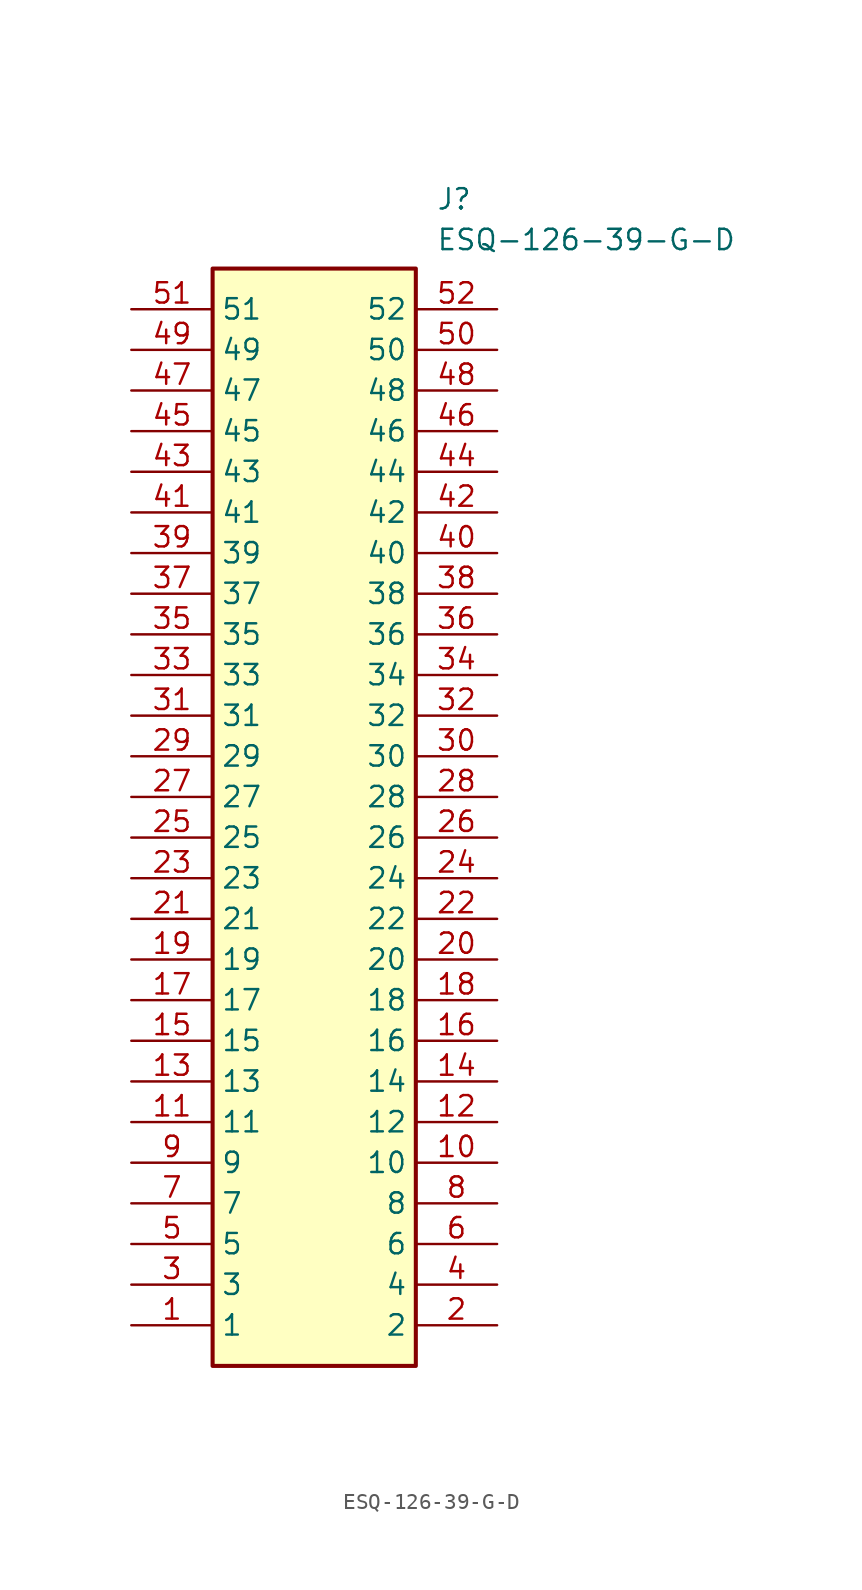
<source format=kicad_sym>
(kicad_symbol_lib
  (version 20211014)
  (generator SamacSys_ECAD_Model)
  (symbol "ESQ-126-39-G-D"
    (property "Reference" "J"
      (at 19.05 7.62 0)
      (effects (font (size 1.27 1.27)) (justify left top)))
    (property "Value" "ESQ-126-39-G-D"
      (at 19.05 5.08 0)
      (effects (font (size 1.27 1.27)) (justify left top)))
    (rectangle
      (start 5.08 2.54)
      (end 17.78 -66.04)
      (stroke (width 0.254) (type default))
      (fill (type background)))
    (pin passive line
      (at 0 -63.5 0)
      (length 5.08)
      (name "1" (effects (font (size 1.27 1.27))))
      (number "1" (effects (font (size 1.27 1.27)))))
    (pin passive line
      (at 22.86 -63.5 180)
      (length 5.08)
      (name "2" (effects (font (size 1.27 1.27))))
      (number "2" (effects (font (size 1.27 1.27)))))
    (pin passive line
      (at 0 -60.96 0)
      (length 5.08)
      (name "3" (effects (font (size 1.27 1.27))))
      (number "3" (effects (font (size 1.27 1.27)))))
    (pin passive line
      (at 22.86 -60.96 180)
      (length 5.08)
      (name "4" (effects (font (size 1.27 1.27))))
      (number "4" (effects (font (size 1.27 1.27)))))
    (pin passive line
      (at 0 -58.42 0)
      (length 5.08)
      (name "5" (effects (font (size 1.27 1.27))))
      (number "5" (effects (font (size 1.27 1.27)))))
    (pin passive line
      (at 22.86 -58.42 180)
      (length 5.08)
      (name "6" (effects (font (size 1.27 1.27))))
      (number "6" (effects (font (size 1.27 1.27)))))
    (pin passive line
      (at 0 -55.88 0)
      (length 5.08)
      (name "7" (effects (font (size 1.27 1.27))))
      (number "7" (effects (font (size 1.27 1.27)))))
    (pin passive line
      (at 22.86 -55.88 180)
      (length 5.08)
      (name "8" (effects (font (size 1.27 1.27))))
      (number "8" (effects (font (size 1.27 1.27)))))
    (pin passive line
      (at 0 -53.34 0)
      (length 5.08)
      (name "9" (effects (font (size 1.27 1.27))))
      (number "9" (effects (font (size 1.27 1.27)))))
    (pin passive line
      (at 22.86 -53.34 180)
      (length 5.08)
      (name "10" (effects (font (size 1.27 1.27))))
      (number "10" (effects (font (size 1.27 1.27)))))
    (pin passive line
      (at 0 -50.8 0)
      (length 5.08)
      (name "11" (effects (font (size 1.27 1.27))))
      (number "11" (effects (font (size 1.27 1.27)))))
    (pin passive line
      (at 22.86 -50.8 180)
      (length 5.08)
      (name "12" (effects (font (size 1.27 1.27))))
      (number "12" (effects (font (size 1.27 1.27)))))
    (pin passive line
      (at 0 -48.26 0)
      (length 5.08)
      (name "13" (effects (font (size 1.27 1.27))))
      (number "13" (effects (font (size 1.27 1.27)))))
    (pin passive line
      (at 22.86 -48.26 180)
      (length 5.08)
      (name "14" (effects (font (size 1.27 1.27))))
      (number "14" (effects (font (size 1.27 1.27)))))
    (pin passive line
      (at 0 -45.72 0)
      (length 5.08)
      (name "15" (effects (font (size 1.27 1.27))))
      (number "15" (effects (font (size 1.27 1.27)))))
    (pin passive line
      (at 22.86 -45.72 180)
      (length 5.08)
      (name "16" (effects (font (size 1.27 1.27))))
      (number "16" (effects (font (size 1.27 1.27)))))
    (pin passive line
      (at 0 -43.18 0)
      (length 5.08)
      (name "17" (effects (font (size 1.27 1.27))))
      (number "17" (effects (font (size 1.27 1.27)))))
    (pin passive line
      (at 22.86 -43.18 180)
      (length 5.08)
      (name "18" (effects (font (size 1.27 1.27))))
      (number "18" (effects (font (size 1.27 1.27)))))
    (pin passive line
      (at 0 -40.64 0)
      (length 5.08)
      (name "19" (effects (font (size 1.27 1.27))))
      (number "19" (effects (font (size 1.27 1.27)))))
    (pin passive line
      (at 22.86 -40.64 180)
      (length 5.08)
      (name "20" (effects (font (size 1.27 1.27))))
      (number "20" (effects (font (size 1.27 1.27)))))
    (pin passive line
      (at 0 -38.1 0)
      (length 5.08)
      (name "21" (effects (font (size 1.27 1.27))))
      (number "21" (effects (font (size 1.27 1.27)))))
    (pin passive line
      (at 22.86 -38.1 180)
      (length 5.08)
      (name "22" (effects (font (size 1.27 1.27))))
      (number "22" (effects (font (size 1.27 1.27)))))
    (pin passive line
      (at 0 -35.56 0)
      (length 5.08)
      (name "23" (effects (font (size 1.27 1.27))))
      (number "23" (effects (font (size 1.27 1.27)))))
    (pin passive line
      (at 22.86 -35.56 180)
      (length 5.08)
      (name "24" (effects (font (size 1.27 1.27))))
      (number "24" (effects (font (size 1.27 1.27)))))
    (pin passive line
      (at 0 -33.02 0)
      (length 5.08)
      (name "25" (effects (font (size 1.27 1.27))))
      (number "25" (effects (font (size 1.27 1.27)))))
    (pin passive line
      (at 22.86 -33.02 180)
      (length 5.08)
      (name "26" (effects (font (size 1.27 1.27))))
      (number "26" (effects (font (size 1.27 1.27)))))
    (pin passive line
      (at 0 -30.48 0)
      (length 5.08)
      (name "27" (effects (font (size 1.27 1.27))))
      (number "27" (effects (font (size 1.27 1.27)))))
    (pin passive line
      (at 22.86 -30.48 180)
      (length 5.08)
      (name "28" (effects (font (size 1.27 1.27))))
      (number "28" (effects (font (size 1.27 1.27)))))
    (pin passive line
      (at 0 -27.94 0)
      (length 5.08)
      (name "29" (effects (font (size 1.27 1.27))))
      (number "29" (effects (font (size 1.27 1.27)))))
    (pin passive line
      (at 22.86 -27.94 180)
      (length 5.08)
      (name "30" (effects (font (size 1.27 1.27))))
      (number "30" (effects (font (size 1.27 1.27)))))
    (pin passive line
      (at 0 -25.4 0)
      (length 5.08)
      (name "31" (effects (font (size 1.27 1.27))))
      (number "31" (effects (font (size 1.27 1.27)))))
    (pin passive line
      (at 22.86 -25.4 180)
      (length 5.08)
      (name "32" (effects (font (size 1.27 1.27))))
      (number "32" (effects (font (size 1.27 1.27)))))
    (pin passive line
      (at 0 -22.86 0)
      (length 5.08)
      (name "33" (effects (font (size 1.27 1.27))))
      (number "33" (effects (font (size 1.27 1.27)))))
    (pin passive line
      (at 22.86 -22.86 180)
      (length 5.08)
      (name "34" (effects (font (size 1.27 1.27))))
      (number "34" (effects (font (size 1.27 1.27)))))
    (pin passive line
      (at 0 -20.32 0)
      (length 5.08)
      (name "35" (effects (font (size 1.27 1.27))))
      (number "35" (effects (font (size 1.27 1.27)))))
    (pin passive line
      (at 22.86 -20.32 180)
      (length 5.08)
      (name "36" (effects (font (size 1.27 1.27))))
      (number "36" (effects (font (size 1.27 1.27)))))
    (pin passive line
      (at 0 -17.78 0)
      (length 5.08)
      (name "37" (effects (font (size 1.27 1.27))))
      (number "37" (effects (font (size 1.27 1.27)))))
    (pin passive line
      (at 22.86 -17.78 180)
      (length 5.08)
      (name "38" (effects (font (size 1.27 1.27))))
      (number "38" (effects (font (size 1.27 1.27)))))
    (pin passive line
      (at 0 -15.24 0)
      (length 5.08)
      (name "39" (effects (font (size 1.27 1.27))))
      (number "39" (effects (font (size 1.27 1.27)))))
    (pin passive line
      (at 22.86 -15.24 180)
      (length 5.08)
      (name "40" (effects (font (size 1.27 1.27))))
      (number "40" (effects (font (size 1.27 1.27)))))
    (pin passive line
      (at 0 -12.7 0)
      (length 5.08)
      (name "41" (effects (font (size 1.27 1.27))))
      (number "41" (effects (font (size 1.27 1.27)))))
    (pin passive line
      (at 22.86 -12.7 180)
      (length 5.08)
      (name "42" (effects (font (size 1.27 1.27))))
      (number "42" (effects (font (size 1.27 1.27)))))
    (pin passive line
      (at 0 -10.16 0)
      (length 5.08)
      (name "43" (effects (font (size 1.27 1.27))))
      (number "43" (effects (font (size 1.27 1.27)))))
    (pin passive line
      (at 22.86 -10.16 180)
      (length 5.08)
      (name "44" (effects (font (size 1.27 1.27))))
      (number "44" (effects (font (size 1.27 1.27)))))
    (pin passive line
      (at 0 -7.62 0)
      (length 5.08)
      (name "45" (effects (font (size 1.27 1.27))))
      (number "45" (effects (font (size 1.27 1.27)))))
    (pin passive line
      (at 22.86 -7.62 180)
      (length 5.08)
      (name "46" (effects (font (size 1.27 1.27))))
      (number "46" (effects (font (size 1.27 1.27)))))
    (pin passive line
      (at 0 -5.08 0)
      (length 5.08)
      (name "47" (effects (font (size 1.27 1.27))))
      (number "47" (effects (font (size 1.27 1.27)))))
    (pin passive line
      (at 22.86 -5.08 180)
      (length 5.08)
      (name "48" (effects (font (size 1.27 1.27))))
      (number "48" (effects (font (size 1.27 1.27)))))
    (pin passive line
      (at 0 -2.54 0)
      (length 5.08)
      (name "49" (effects (font (size 1.27 1.27))))
      (number "49" (effects (font (size 1.27 1.27)))))
    (pin passive line
      (at 22.86 -2.54 180)
      (length 5.08)
      (name "50" (effects (font (size 1.27 1.27))))
      (number "50" (effects (font (size 1.27 1.27)))))
    (pin passive line
      (at 0 0 0)
      (length 5.08)
      (name "51" (effects (font (size 1.27 1.27))))
      (number "51" (effects (font (size 1.27 1.27)))))
    (pin passive line
      (at 22.86 0 180)
      (length 5.08)
      (name "52" (effects (font (size 1.27 1.27))))
      (number "52" (effects (font (size 1.27 1.27)))))))
</source>
